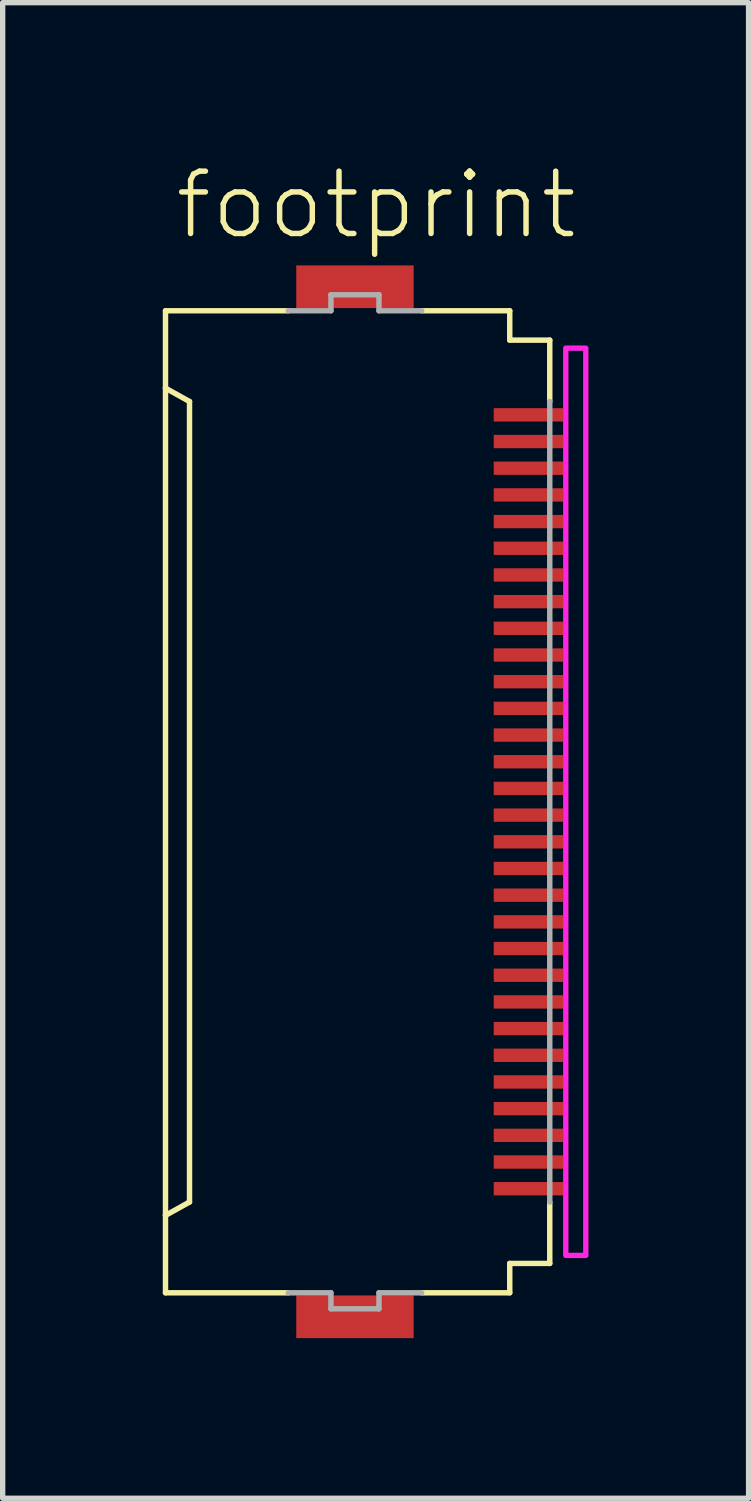
<source format=kicad_pcb>
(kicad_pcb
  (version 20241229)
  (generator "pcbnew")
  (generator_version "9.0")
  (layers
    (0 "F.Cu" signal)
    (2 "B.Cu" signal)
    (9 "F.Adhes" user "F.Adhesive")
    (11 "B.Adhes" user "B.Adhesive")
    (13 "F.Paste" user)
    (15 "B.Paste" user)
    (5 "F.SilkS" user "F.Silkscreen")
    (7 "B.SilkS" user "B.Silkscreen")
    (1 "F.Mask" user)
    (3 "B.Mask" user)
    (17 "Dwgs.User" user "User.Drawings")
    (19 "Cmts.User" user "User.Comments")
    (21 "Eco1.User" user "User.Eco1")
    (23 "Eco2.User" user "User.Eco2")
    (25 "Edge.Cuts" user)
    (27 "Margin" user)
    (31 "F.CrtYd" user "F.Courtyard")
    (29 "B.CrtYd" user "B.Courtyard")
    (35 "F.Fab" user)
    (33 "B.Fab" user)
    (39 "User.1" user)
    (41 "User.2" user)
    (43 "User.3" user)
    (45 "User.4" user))
  (footprint "footprint"
    (layer "F.Cu")
    (at 3.676 11.973)
    (property "Reference" "footprint" (at -3.5 -10.5 0) (layer "F.SilkS") (effects (font (size 1.168 1.168) (thickness 0.102)) (justify left bottom)))
    (fp_poly (pts (xy 2.475 -7.075) (xy 3.875 -7.075) (xy 3.875 -7.425) (xy 2.475 -7.425)) (stroke (width 0) (type solid)) (fill yes) (layer "F.Mask"))
    (fp_poly (pts (xy 2.475 -6.575) (xy 3.875 -6.575) (xy 3.875 -6.925) (xy 2.475 -6.925)) (stroke (width 0) (type solid)) (fill yes) (layer "F.Mask"))
    (fp_poly (pts (xy 2.475 -6.075) (xy 3.875 -6.075) (xy 3.875 -6.425) (xy 2.475 -6.425)) (stroke (width 0) (type solid)) (fill yes) (layer "F.Mask"))
    (fp_poly (pts (xy 2.475 -5.575) (xy 3.875 -5.575) (xy 3.875 -5.925) (xy 2.475 -5.925)) (stroke (width 0) (type solid)) (fill yes) (layer "F.Mask"))
    (fp_poly (pts (xy 2.475 -5.075) (xy 3.875 -5.075) (xy 3.875 -5.425) (xy 2.475 -5.425)) (stroke (width 0) (type solid)) (fill yes) (layer "F.Mask"))
    (fp_poly (pts (xy 2.475 -4.575) (xy 3.875 -4.575) (xy 3.875 -4.925) (xy 2.475 -4.925)) (stroke (width 0) (type solid)) (fill yes) (layer "F.Mask"))
    (fp_poly (pts (xy 2.475 -4.075) (xy 3.875 -4.075) (xy 3.875 -4.425) (xy 2.475 -4.425)) (stroke (width 0) (type solid)) (fill yes) (layer "F.Mask"))
    (fp_poly (pts (xy 2.475 -3.575) (xy 3.875 -3.575) (xy 3.875 -3.925) (xy 2.475 -3.925)) (stroke (width 0) (type solid)) (fill yes) (layer "F.Mask"))
    (fp_poly (pts (xy 2.475 -3.075) (xy 3.875 -3.075) (xy 3.875 -3.425) (xy 2.475 -3.425)) (stroke (width 0) (type solid)) (fill yes) (layer "F.Mask"))
    (fp_poly (pts (xy 2.475 -2.575) (xy 3.875 -2.575) (xy 3.875 -2.925) (xy 2.475 -2.925)) (stroke (width 0) (type solid)) (fill yes) (layer "F.Mask"))
    (fp_poly (pts (xy 2.475 -2.075) (xy 3.875 -2.075) (xy 3.875 -2.425) (xy 2.475 -2.425)) (stroke (width 0) (type solid)) (fill yes) (layer "F.Mask"))
    (fp_poly (pts (xy 2.475 -1.575) (xy 3.875 -1.575) (xy 3.875 -1.925) (xy 2.475 -1.925)) (stroke (width 0) (type solid)) (fill yes) (layer "F.Mask"))
    (fp_poly (pts (xy 2.475 -1.075) (xy 3.875 -1.075) (xy 3.875 -1.425) (xy 2.475 -1.425)) (stroke (width 0) (type solid)) (fill yes) (layer "F.Mask"))
    (fp_poly (pts (xy 2.475 -0.575) (xy 3.875 -0.575) (xy 3.875 -0.925) (xy 2.475 -0.925)) (stroke (width 0) (type solid)) (fill yes) (layer "F.Mask"))
    (fp_poly (pts (xy 2.475 -0.075) (xy 3.875 -0.075) (xy 3.875 -0.425) (xy 2.475 -0.425)) (stroke (width 0) (type solid)) (fill yes) (layer "F.Mask"))
    (fp_poly (pts (xy 2.475 0.425) (xy 3.875 0.425) (xy 3.875 0.075) (xy 2.475 0.075)) (stroke (width 0) (type solid)) (fill yes) (layer "F.Mask"))
    (fp_poly (pts (xy 2.475 0.925) (xy 3.875 0.925) (xy 3.875 0.575) (xy 2.475 0.575)) (stroke (width 0) (type solid)) (fill yes) (layer "F.Mask"))
    (fp_poly (pts (xy 2.475 1.425) (xy 3.875 1.425) (xy 3.875 1.075) (xy 2.475 1.075)) (stroke (width 0) (type solid)) (fill yes) (layer "F.Mask"))
    (fp_poly (pts (xy 2.475 1.925) (xy 3.875 1.925) (xy 3.875 1.575) (xy 2.475 1.575)) (stroke (width 0) (type solid)) (fill yes) (layer "F.Mask"))
    (fp_poly (pts (xy 2.475 2.425) (xy 3.875 2.425) (xy 3.875 2.075) (xy 2.475 2.075)) (stroke (width 0) (type solid)) (fill yes) (layer "F.Mask"))
    (fp_poly (pts (xy 2.475 2.925) (xy 3.875 2.925) (xy 3.875 2.575) (xy 2.475 2.575)) (stroke (width 0) (type solid)) (fill yes) (layer "F.Mask"))
    (fp_poly (pts (xy 2.475 3.425) (xy 3.875 3.425) (xy 3.875 3.075) (xy 2.475 3.075)) (stroke (width 0) (type solid)) (fill yes) (layer "F.Mask"))
    (fp_poly (pts (xy 2.475 3.925) (xy 3.875 3.925) (xy 3.875 3.575) (xy 2.475 3.575)) (stroke (width 0) (type solid)) (fill yes) (layer "F.Mask"))
    (fp_poly (pts (xy 2.475 4.425) (xy 3.875 4.425) (xy 3.875 4.075) (xy 2.475 4.075)) (stroke (width 0) (type solid)) (fill yes) (layer "F.Mask"))
    (fp_poly (pts (xy 2.475 4.925) (xy 3.875 4.925) (xy 3.875 4.575) (xy 2.475 4.575)) (stroke (width 0) (type solid)) (fill yes) (layer "F.Mask"))
    (fp_poly (pts (xy 2.475 5.425) (xy 3.875 5.425) (xy 3.875 5.075) (xy 2.475 5.075)) (stroke (width 0) (type solid)) (fill yes) (layer "F.Mask"))
    (fp_poly (pts (xy 2.475 5.925) (xy 3.875 5.925) (xy 3.875 5.575) (xy 2.475 5.575)) (stroke (width 0) (type solid)) (fill yes) (layer "F.Mask"))
    (fp_poly (pts (xy 2.475 6.425) (xy 3.875 6.425) (xy 3.875 6.075) (xy 2.475 6.075)) (stroke (width 0) (type solid)) (fill yes) (layer "F.Mask"))
    (fp_poly (pts (xy 2.475 6.925) (xy 3.875 6.925) (xy 3.875 6.575) (xy 2.475 6.575)) (stroke (width 0) (type solid)) (fill yes) (layer "F.Mask"))
    (fp_poly (pts (xy 2.475 7.425) (xy 3.875 7.425) (xy 3.875 7.075) (xy 2.475 7.075)) (stroke (width 0) (type solid)) (fill yes) (layer "F.Mask"))
    (fp_line (start -3.625 -9.2) (end -1.325 -9.2) (stroke (width 0.102) (type solid)) (layer "F.SilkS"))
    (fp_line (start -3.625 -7.75) (end -3.625 -9.2) (stroke (width 0.102) (type solid)) (layer "F.SilkS"))
    (fp_line (start -3.625 -7.75) (end -3.625 7.75) (stroke (width 0.102) (type solid)) (layer "F.SilkS"))
    (fp_line (start -3.625 7.75) (end -3.175 7.5) (stroke (width 0.102) (type solid)) (layer "F.SilkS"))
    (fp_line (start -3.625 9.2) (end -3.625 7.75) (stroke (width 0.102) (type solid)) (layer "F.SilkS"))
    (fp_line (start -3.175 -7.5) (end -3.625 -7.75) (stroke (width 0.102) (type solid)) (layer "F.SilkS"))
    (fp_line (start -3.175 7.5) (end -3.175 -7.5) (stroke (width 0.102) (type solid)) (layer "F.SilkS"))
    (fp_line (start -1.325 9.2) (end -3.625 9.2) (stroke (width 0.102) (type solid)) (layer "F.SilkS"))
    (fp_line (start 1.175 -9.2) (end 2.825 -9.2) (stroke (width 0.102) (type solid)) (layer "F.SilkS"))
    (fp_line (start 1.175 9.2) (end 2.825 9.2) (stroke (width 0.102) (type solid)) (layer "F.SilkS"))
    (fp_line (start 2.825 -9.2) (end 2.825 -8.65) (stroke (width 0.102) (type solid)) (layer "F.SilkS"))
    (fp_line (start 2.825 -8.65) (end 3.575 -8.65) (stroke (width 0.102) (type solid)) (layer "F.SilkS"))
    (fp_line (start 2.825 8.65) (end 2.825 9.2) (stroke (width 0.102) (type solid)) (layer "F.SilkS"))
    (fp_line (start 2.825 8.65) (end 3.575 8.65) (stroke (width 0.102) (type solid)) (layer "F.SilkS"))
    (fp_line (start 3.575 -8.65) (end 3.575 -7.5) (stroke (width 0.102) (type solid)) (layer "F.SilkS"))
    (fp_line (start 3.575 7.5) (end 3.575 8.65) (stroke (width 0.102) (type solid)) (layer "F.SilkS"))
    (fp_poly (pts (xy 3.875 8.5) (xy 4.25 8.5) (xy 4.25 -8.5) (xy 3.875 -8.5)) (stroke (width 0.1) (type solid)) (fill no) (layer "F.CrtYd"))
    (fp_line (start -1.325 -9.2) (end -0.525 -9.2) (stroke (width 0.102) (type solid)) (layer "F.Fab"))
    (fp_line (start -0.525 -9.5) (end 0.375 -9.5) (stroke (width 0.102) (type solid)) (layer "F.Fab"))
    (fp_line (start -0.525 -9.2) (end -0.525 -9.5) (stroke (width 0.102) (type solid)) (layer "F.Fab"))
    (fp_line (start -0.525 9.2) (end -1.325 9.2) (stroke (width 0.102) (type solid)) (layer "F.Fab"))
    (fp_line (start -0.525 9.5) (end -0.525 9.2) (stroke (width 0.102) (type solid)) (layer "F.Fab"))
    (fp_line (start 0.375 -9.5) (end 0.375 -9.2) (stroke (width 0.102) (type solid)) (layer "F.Fab"))
    (fp_line (start 0.375 -9.2) (end 1.175 -9.2) (stroke (width 0.102) (type solid)) (layer "F.Fab"))
    (fp_line (start 0.375 9.2) (end 0.375 9.5) (stroke (width 0.102) (type solid)) (layer "F.Fab"))
    (fp_line (start 0.375 9.5) (end -0.525 9.5) (stroke (width 0.102) (type solid)) (layer "F.Fab"))
    (fp_line (start 1.175 9.2) (end 0.375 9.2) (stroke (width 0.102) (type solid)) (layer "F.Fab"))
    (fp_line (start 3.575 -7.5) (end 3.575 7.5) (stroke (width 0.102) (type solid)) (layer "F.Fab"))
    (pad "1" smd rect (at 3.175 -7.25) (size 1.3 0.25) (layers "F.Cu" "F.Paste"))
    (pad "2" smd rect (at 3.175 -6.75) (size 1.3 0.25) (layers "F.Cu" "F.Paste"))
    (pad "3" smd rect (at 3.175 -6.25) (size 1.3 0.25) (layers "F.Cu" "F.Paste"))
    (pad "4" smd rect (at 3.175 -5.75) (size 1.3 0.25) (layers "F.Cu" "F.Paste"))
    (pad "5" smd rect (at 3.175 -5.25) (size 1.3 0.25) (layers "F.Cu" "F.Paste"))
    (pad "6" smd rect (at 3.175 -4.75) (size 1.3 0.25) (layers "F.Cu" "F.Paste"))
    (pad "7" smd rect (at 3.175 -4.25) (size 1.3 0.25) (layers "F.Cu" "F.Paste"))
    (pad "8" smd rect (at 3.175 -3.75) (size 1.3 0.25) (layers "F.Cu" "F.Paste"))
    (pad "9" smd rect (at 3.175 -3.25) (size 1.3 0.25) (layers "F.Cu" "F.Paste"))
    (pad "10" smd rect (at 3.175 -2.75) (size 1.3 0.25) (layers "F.Cu" "F.Paste"))
    (pad "11" smd rect (at 3.175 -2.25) (size 1.3 0.25) (layers "F.Cu" "F.Paste"))
    (pad "12" smd rect (at 3.175 -1.75) (size 1.3 0.25) (layers "F.Cu" "F.Paste"))
    (pad "13" smd rect (at 3.175 -1.25) (size 1.3 0.25) (layers "F.Cu" "F.Paste"))
    (pad "14" smd rect (at 3.175 -0.75) (size 1.3 0.25) (layers "F.Cu" "F.Paste"))
    (pad "15" smd rect (at 3.175 -0.25) (size 1.3 0.25) (layers "F.Cu" "F.Paste"))
    (pad "16" smd rect (at 3.175 0.25) (size 1.3 0.25) (layers "F.Cu" "F.Paste"))
    (pad "17" smd rect (at 3.175 0.75) (size 1.3 0.25) (layers "F.Cu" "F.Paste"))
    (pad "18" smd rect (at 3.175 1.25) (size 1.3 0.25) (layers "F.Cu" "F.Paste"))
    (pad "19" smd rect (at 3.175 1.75) (size 1.3 0.25) (layers "F.Cu" "F.Paste"))
    (pad "20" smd rect (at 3.175 2.25) (size 1.3 0.25) (layers "F.Cu" "F.Paste"))
    (pad "21" smd rect (at 3.175 2.75) (size 1.3 0.25) (layers "F.Cu" "F.Paste"))
    (pad "22" smd rect (at 3.175 3.25) (size 1.3 0.25) (layers "F.Cu" "F.Paste"))
    (pad "23" smd rect (at 3.175 3.75) (size 1.3 0.25) (layers "F.Cu" "F.Paste"))
    (pad "24" smd rect (at 3.175 4.25) (size 1.3 0.25) (layers "F.Cu" "F.Paste"))
    (pad "25" smd rect (at 3.175 4.75) (size 1.3 0.25) (layers "F.Cu" "F.Paste"))
    (pad "26" smd rect (at 3.175 5.25) (size 1.3 0.25) (layers "F.Cu" "F.Paste"))
    (pad "27" smd rect (at 3.175 5.75) (size 1.3 0.25) (layers "F.Cu" "F.Paste"))
    (pad "28" smd rect (at 3.175 6.25) (size 1.3 0.25) (layers "F.Cu" "F.Paste"))
    (pad "29" smd rect (at 3.175 6.75) (size 1.3 0.25) (layers "F.Cu" "F.Paste"))
    (pad "30" smd rect (at 3.175 7.25) (size 1.3 0.25) (layers "F.Cu" "F.Paste"))
    (pad "M1" smd rect (at -0.075 -9.65) (size 2.2 0.8) (layers "F.Cu" "F.Mask" "F.Paste"))
    (pad "M2" smd rect (at -0.075 9.65) (size 2.2 0.8) (layers "F.Cu" "F.Mask" "F.Paste"))
    (zone (net_name "") (layers "F.Cu" "B.Cu") (hatch edge 0.508) (connect_pads) (min_thickness 0.254) (filled_areas_thickness no) (keepout (tracks allowed) (vias not_allowed) (pads allowed) (copperpour allowed) (footprints allowed)) (placement (enabled no)) (fill) (polygon (pts (xy 3.901 19.473) (xy 6.151 19.473) (xy 6.151 4.473) (xy 3.901 4.473)))))
  (gr_rect
    (start -3 -3)
    (end 10.976 25.023)
    (stroke (width 0.1) (type default))
    (fill no)
    (layer "Edge.Cuts")))
</source>
